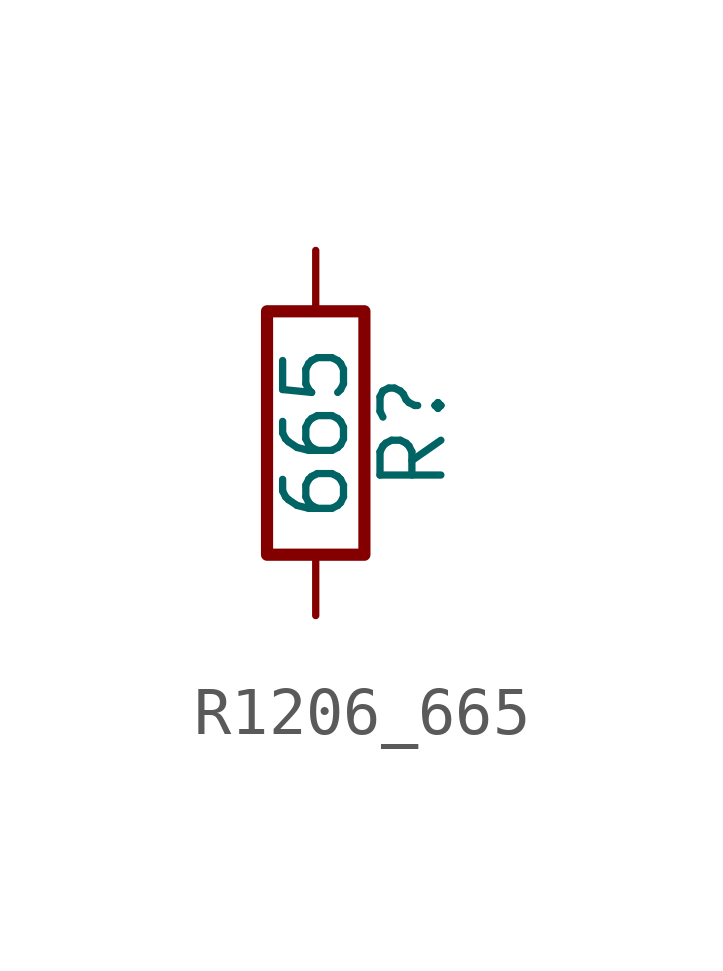
<source format=kicad_sym>
(kicad_symbol_lib
  (version 20211014)
  (generator atlantix-eda)
  (symbol "R1206_665"
    (pin_numbers hide)
    (pin_names
      (offset 0))
    (property "Reference" "R"
      (at 2.032 0 90)
      (effects (font (size 1.27 1.27))))
    (property "Value" "665"
      (at 0 0 90)
      (effects (font (size 1.27 1.27))))
    (symbol "R1206_665_0_1"
      (rectangle (start -1.016 -2.54) (end 1.016 2.54) (stroke (width 0.254) (type default) (color 0 0 0 0)) (fill (type none))))
    (symbol "R1206_665_1_1"
      (pin passive line (at 0 3.81 270) (length 1.27) (name "~" (effects (font (size 1.27 1.27)))) (number "1" (effects (font (size 1.27 1.27)))))
      (pin passive line (at 0 -3.81 90) (length 1.27) (name "~" (effects (font (size 1.27 1.27)))) (number "2" (effects (font (size 1.27 1.27))))))))
</source>
